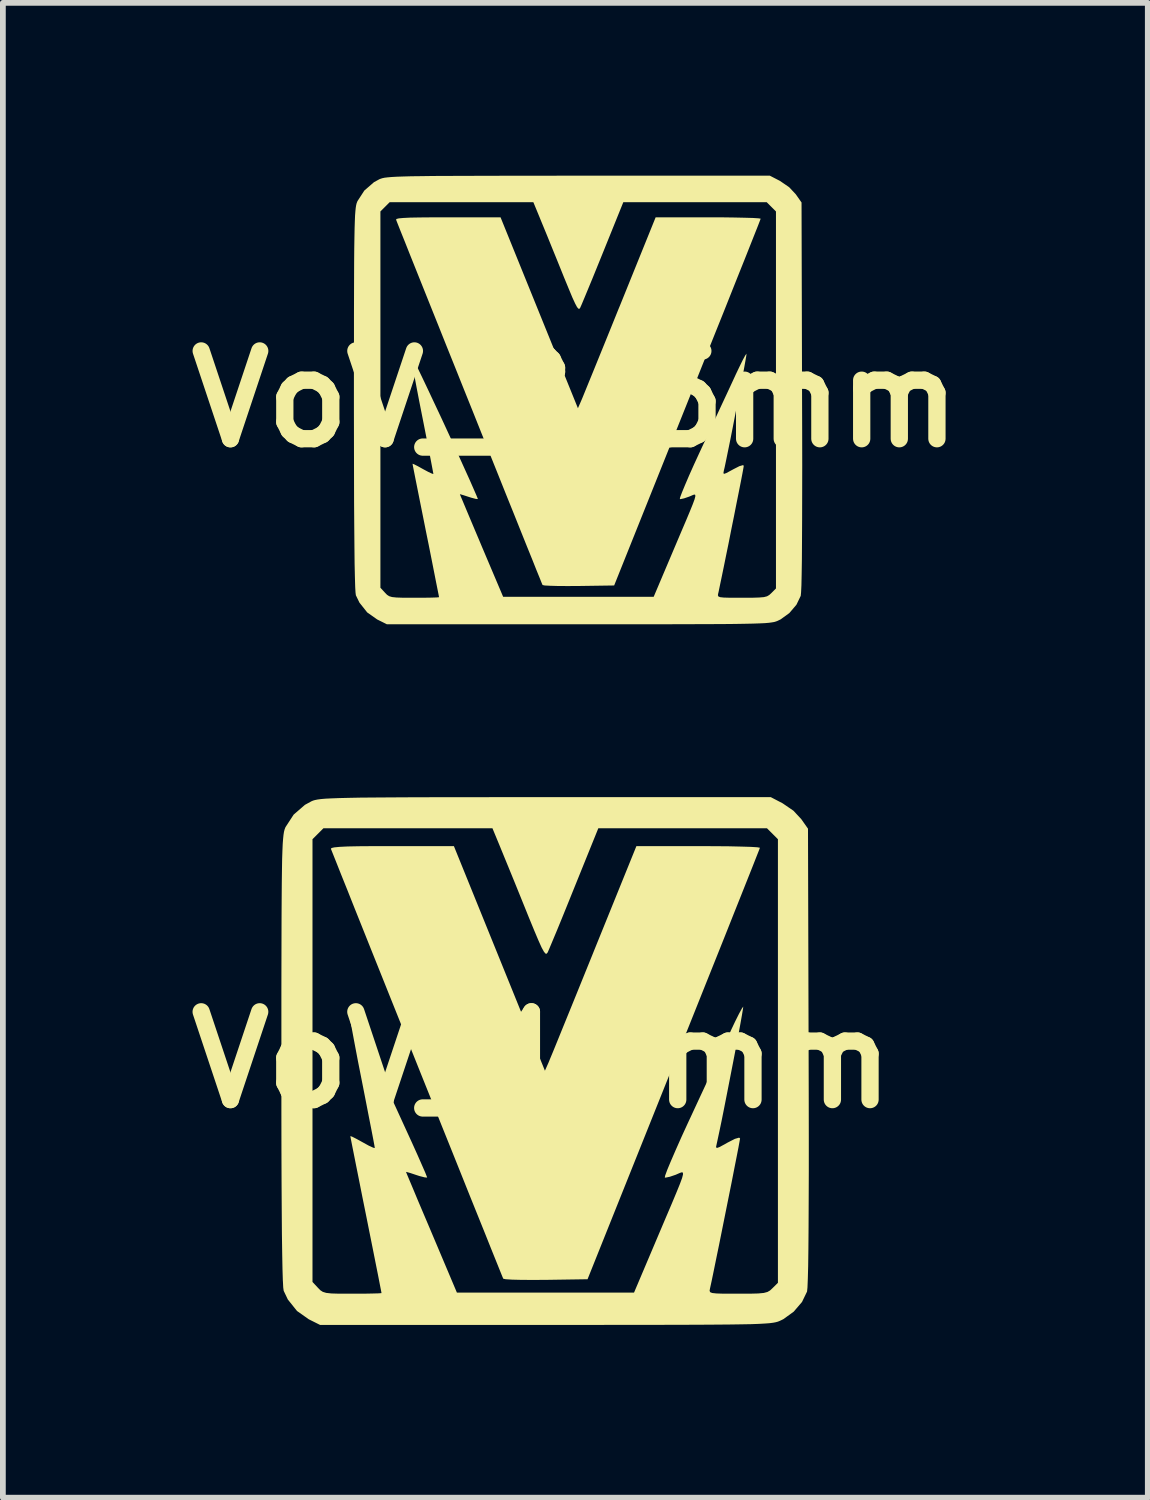
<source format=kicad_pcb>
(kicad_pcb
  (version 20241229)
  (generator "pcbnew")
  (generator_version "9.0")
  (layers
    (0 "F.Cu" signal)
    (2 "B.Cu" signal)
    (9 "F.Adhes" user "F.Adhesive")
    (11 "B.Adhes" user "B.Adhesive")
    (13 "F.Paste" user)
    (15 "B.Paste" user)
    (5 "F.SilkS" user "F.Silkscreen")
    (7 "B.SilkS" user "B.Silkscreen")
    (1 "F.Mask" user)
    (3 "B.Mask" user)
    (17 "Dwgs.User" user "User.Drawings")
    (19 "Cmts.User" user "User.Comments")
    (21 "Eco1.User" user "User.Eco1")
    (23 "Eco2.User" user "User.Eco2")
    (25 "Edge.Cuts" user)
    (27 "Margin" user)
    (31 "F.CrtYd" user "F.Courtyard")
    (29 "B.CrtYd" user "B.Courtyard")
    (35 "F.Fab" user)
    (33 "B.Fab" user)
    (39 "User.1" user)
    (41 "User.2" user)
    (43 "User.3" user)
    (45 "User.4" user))
  (footprint "VoV_10mm"
    (layer "F.Cu")
    (at 6.357 15.35)
    (property "Reference" "VoV_10mm" (at 0 0 0) (layer "F.SilkS") (effects (font (size 1.524 1.524) (thickness 0.3))))
    (attr board_only exclude_from_pos_files exclude_from_bom)
    (fp_poly (pts (xy 2.994 -3.71) (xy 3.245 -3.708) (xy 3.46 -3.703) (xy 3.628 -3.698) (xy 3.74 -3.691) (xy 3.785 -3.683) (xy 3.785 -3.682) (xy 3.771 -3.643) (xy 3.729 -3.537) (xy 3.663 -3.369) (xy 3.573 -3.143) (xy 3.462 -2.864) (xy 3.332 -2.538) (xy 3.185 -2.168) (xy 3.022 -1.76) (xy 2.845 -1.318) (xy 2.657 -0.847) (xy 2.459 -0.352) (xy 2.287 0.077) (xy 0.793 3.808) (xy 0.07 3.819) (xy -0.158 3.82) (xy -0.358 3.819) (xy -0.519 3.815) (xy -0.627 3.808) (xy -0.67 3.799) (xy -0.67 3.799) (xy -0.686 3.762) (xy -0.728 3.658) (xy -0.794 3.494) (xy -0.882 3.276) (xy -0.989 3.008) (xy -1.114 2.698) (xy -1.254 2.351) (xy -1.406 1.971) (xy -1.568 1.567) (xy -1.739 1.142) (xy -1.915 0.702) (xy -2.095 0.254) (xy -2.275 -0.196) (xy -2.455 -0.644) (xy -2.631 -1.083) (xy -2.801 -1.508) (xy -2.963 -1.912) (xy -3.114 -2.29) (xy -3.253 -2.637) (xy -3.376 -2.947) (xy -3.483 -3.213) (xy -3.569 -3.43) (xy -3.634 -3.593) (xy -3.662 -3.663) (xy -3.652 -3.678) (xy -3.605 -3.689) (xy -3.515 -3.698) (xy -3.374 -3.705) (xy -3.175 -3.709) (xy -2.913 -3.711) (xy -2.604 -3.711) (xy -1.527 -3.711) (xy -0.737 -1.762) (xy 0.053 0.188) (xy 0.116 0.046) (xy 0.142 -0.018) (xy 0.195 -0.145) (xy 0.27 -0.329) (xy 0.365 -0.563) (xy 0.477 -0.838) (xy 0.603 -1.148) (xy 0.739 -1.484) (xy 0.883 -1.839) (xy 0.909 -1.904) (xy 1.641 -3.711) (xy 2.715 -3.711)) (stroke (width 0) (type solid)) (fill yes) (layer "F.SilkS"))
    (fp_poly (pts (xy 4.18 -4.454) (xy 4.367 -4.326) (xy 4.503 -4.18) (xy 4.62 -4.014) (xy 4.631 -0.064) (xy 4.633 0.676) (xy 4.634 1.343) (xy 4.634 1.938) (xy 4.632 2.46) (xy 4.63 2.908) (xy 4.627 3.281) (xy 4.623 3.579) (xy 4.617 3.802) (xy 4.611 3.949) (xy 4.604 4.019) (xy 4.604 4.021) (xy 4.516 4.203) (xy 4.372 4.371) (xy 4.194 4.5) (xy 4.158 4.518) (xy 4.128 4.532) (xy 4.098 4.544) (xy 4.062 4.554) (xy 4.015 4.563) (xy 3.953 4.571) (xy 3.871 4.577) (xy 3.765 4.583) (xy 3.629 4.588) (xy 3.46 4.591) (xy 3.253 4.594) (xy 3.002 4.596) (xy 2.704 4.598) (xy 2.354 4.599) (xy 1.947 4.6) (xy 1.479 4.6) (xy 0.944 4.601) (xy 0.338 4.601) (xy 0.066 4.601) (xy -3.851 4.601) (xy -4.047 4.503) (xy -4.251 4.359) (xy -4.41 4.16) (xy -4.482 4.009) (xy -4.49 3.952) (xy -4.495 3.855) (xy -3.982 3.855) (xy -3.887 3.957) (xy -3.846 3.999) (xy -3.803 4.027) (xy -3.744 4.045) (xy -3.653 4.055) (xy -3.517 4.059) (xy -3.321 4.059) (xy -3.288 4.059) (xy -3.101 4.059) (xy -2.945 4.056) (xy -2.835 4.053) (xy -2.785 4.049) (xy -2.784 4.048) (xy -2.791 4.009) (xy -2.812 3.903) (xy -2.844 3.738) (xy -2.887 3.523) (xy -2.938 3.266) (xy -2.996 2.977) (xy -3.054 2.687) (xy -3.117 2.375) (xy -3.174 2.087) (xy -3.225 1.833) (xy -3.267 1.621) (xy -3.299 1.46) (xy -3.319 1.357) (xy -3.325 1.323) (xy -3.294 1.333) (xy -3.215 1.373) (xy -3.112 1.43) (xy -3.003 1.49) (xy -2.926 1.525) (xy -2.9 1.53) (xy -2.907 1.488) (xy -2.927 1.38) (xy -2.959 1.214) (xy -3.001 1) (xy -3.05 0.748) (xy -3.105 0.467) (xy -3.133 0.325) (xy -3.191 0.032) (xy -3.242 -0.236) (xy -3.286 -0.471) (xy -3.321 -0.662) (xy -3.345 -0.802) (xy -3.355 -0.879) (xy -3.356 -0.891) (xy -3.338 -0.864) (xy -3.291 -0.774) (xy -3.218 -0.628) (xy -3.124 -0.433) (xy -3.011 -0.195) (xy -2.882 0.077) (xy -2.742 0.378) (xy -2.661 0.552) (xy -2.516 0.867) (xy -2.382 1.16) (xy -2.262 1.422) (xy -2.16 1.648) (xy -2.08 1.83) (xy -2.023 1.96) (xy -1.995 2.032) (xy -1.992 2.043) (xy -2.033 2.04) (xy -2.123 2.017) (xy -2.182 1.998) (xy -2.284 1.964) (xy -2.348 1.946) (xy -2.358 1.945) (xy -2.344 1.981) (xy -2.303 2.079) (xy -2.239 2.231) (xy -2.157 2.428) (xy -2.059 2.659) (xy -1.949 2.918) (xy -1.916 2.996) (xy -1.475 4.04) (xy 1.6 4.04) (xy 2.018 3.054) (xy 2.152 2.738) (xy 2.259 2.487) (xy 2.34 2.293) (xy 2.398 2.15) (xy 2.434 2.052) (xy 2.45 1.99) (xy 2.449 1.959) (xy 2.432 1.951) (xy 2.402 1.96) (xy 2.36 1.978) (xy 2.324 1.994) (xy 2.221 2.029) (xy 2.148 2.044) (xy 2.134 2.043) (xy 2.141 2.006) (xy 2.177 1.908) (xy 2.24 1.757) (xy 2.324 1.563) (xy 2.426 1.333) (xy 2.543 1.078) (xy 2.587 0.984) (xy 2.722 0.693) (xy 2.858 0.401) (xy 2.988 0.122) (xy 3.105 -0.13) (xy 3.202 -0.34) (xy 3.275 -0.495) (xy 3.277 -0.501) (xy 3.355 -0.666) (xy 3.422 -0.8) (xy 3.471 -0.89) (xy 3.495 -0.924) (xy 3.496 -0.924) (xy 3.491 -0.885) (xy 3.474 -0.781) (xy 3.446 -0.624) (xy 3.409 -0.423) (xy 3.365 -0.191) (xy 3.316 0.062) (xy 3.265 0.324) (xy 3.214 0.585) (xy 3.165 0.834) (xy 3.12 1.059) (xy 3.08 1.25) (xy 3.049 1.395) (xy 3.034 1.464) (xy 3.024 1.512) (xy 3.036 1.53) (xy 3.082 1.514) (xy 3.177 1.463) (xy 3.226 1.435) (xy 3.351 1.371) (xy 3.424 1.35) (xy 3.441 1.363) (xy 3.433 1.408) (xy 3.413 1.519) (xy 3.381 1.683) (xy 3.34 1.891) (xy 3.293 2.132) (xy 3.24 2.395) (xy 3.185 2.669) (xy 3.13 2.943) (xy 3.077 3.207) (xy 3.027 3.45) (xy 2.984 3.661) (xy 2.949 3.83) (xy 2.924 3.945) (xy 2.918 3.972) (xy 2.912 4.008) (xy 2.921 4.032) (xy 2.957 4.047) (xy 3.032 4.055) (xy 3.158 4.059) (xy 3.346 4.059) (xy 3.403 4.059) (xy 3.61 4.059) (xy 3.755 4.055) (xy 3.852 4.046) (xy 3.916 4.029) (xy 3.961 4.003) (xy 4.003 3.964) (xy 4.098 3.87) (xy 4.098 -3.831) (xy 3.908 -4.021) (xy 0.98 -4.021) (xy 0.562 -2.987) (xy 0.453 -2.717) (xy 0.352 -2.468) (xy 0.262 -2.248) (xy 0.187 -2.069) (xy 0.133 -1.94) (xy 0.103 -1.87) (xy 0.1 -1.865) (xy 0.083 -1.843) (xy 0.063 -1.845) (xy 0.035 -1.879) (xy -0.005 -1.952) (xy -0.059 -2.072) (xy -0.133 -2.247) (xy -0.23 -2.483) (xy -0.269 -2.58) (xy -0.373 -2.837) (xy -0.476 -3.091) (xy -0.572 -3.326) (xy -0.654 -3.526) (xy -0.715 -3.675) (xy -0.726 -3.702) (xy -0.858 -4.021) (xy -3.792 -4.021) (xy -3.982 -3.831) (xy -3.982 3.855) (xy -4.495 3.855) (xy -4.497 3.825) (xy -4.503 3.628) (xy -4.508 3.359) (xy -4.513 3.017) (xy -4.516 2.602) (xy -4.519 2.113) (xy -4.521 1.549) (xy -4.522 0.909) (xy -4.522 0.193) (xy -4.522 0.007) (xy -4.522 -0.629) (xy -4.522 -1.192) (xy -4.521 -1.687) (xy -4.52 -2.118) (xy -4.519 -2.491) (xy -4.517 -2.809) (xy -4.515 -3.078) (xy -4.512 -3.302) (xy -4.509 -3.486) (xy -4.504 -3.633) (xy -4.499 -3.75) (xy -4.492 -3.84) (xy -4.485 -3.908) (xy -4.477 -3.959) (xy -4.467 -3.998) (xy -4.456 -4.028) (xy -4.451 -4.04) (xy -4.309 -4.258) (xy -4.113 -4.428) (xy -4.001 -4.489) (xy -3.973 -4.501) (xy -3.939 -4.511) (xy -3.894 -4.52) (xy -3.835 -4.528) (xy -3.755 -4.535) (xy -3.651 -4.54) (xy -3.518 -4.545) (xy -3.351 -4.549) (xy -3.146 -4.553) (xy -2.898 -4.555) (xy -2.603 -4.557) (xy -2.256 -4.559) (xy -1.852 -4.56) (xy -1.387 -4.56) (xy -0.856 -4.561) (xy -0.254 -4.561) (xy 0.063 -4.561) (xy 3.973 -4.562)) (stroke (width 0) (type solid)) (fill yes) (layer "F.SilkS")))
  (footprint "VoV_8_5mm"
    (layer "F.Cu")
    (at 6.938 3.877)
    (property "Reference" "VoV_8_5mm" (at 0 0 0) (layer "F.SilkS") (effects (font (size 1.524 1.524) (thickness 0.3))))
    (attr board_only exclude_from_pos_files exclude_from_bom)
    (fp_poly (pts (xy 2.544 -3.154) (xy 2.758 -3.151) (xy 2.941 -3.147) (xy 3.084 -3.143) (xy 3.178 -3.137) (xy 3.217 -3.131) (xy 3.217 -3.13) (xy 3.205 -3.097) (xy 3.17 -3.006) (xy 3.113 -2.863) (xy 3.037 -2.671) (xy 2.943 -2.434) (xy 2.832 -2.157) (xy 2.707 -1.843) (xy 2.569 -1.496) (xy 2.418 -1.12) (xy 2.258 -0.72) (xy 2.09 -0.299) (xy 1.944 0.066) (xy 0.674 3.237) (xy 0.06 3.246) (xy -0.134 3.247) (xy -0.304 3.246) (xy -0.441 3.242) (xy -0.533 3.237) (xy -0.569 3.229) (xy -0.569 3.229) (xy -0.583 3.197) (xy -0.618 3.109) (xy -0.675 2.97) (xy -0.749 2.784) (xy -0.841 2.557) (xy -0.947 2.293) (xy -1.065 1.998) (xy -1.195 1.676) (xy -1.333 1.331) (xy -1.478 0.97) (xy -1.628 0.597) (xy -1.78 0.216) (xy -1.934 -0.167) (xy -2.086 -0.547) (xy -2.236 -0.92) (xy -2.38 -1.281) (xy -2.518 -1.625) (xy -2.647 -1.947) (xy -2.765 -2.242) (xy -2.87 -2.504) (xy -2.96 -2.731) (xy -3.034 -2.915) (xy -3.089 -3.054) (xy -3.112 -3.113) (xy -3.104 -3.126) (xy -3.064 -3.136) (xy -2.987 -3.143) (xy -2.868 -3.149) (xy -2.699 -3.152) (xy -2.476 -3.154) (xy -2.213 -3.154) (xy -1.298 -3.154) (xy 0.045 0.16) (xy 0.098 0.039) (xy 0.121 -0.015) (xy 0.165 -0.123) (xy 0.229 -0.28) (xy 0.31 -0.478) (xy 0.405 -0.712) (xy 0.512 -0.975) (xy 0.628 -1.261) (xy 0.75 -1.563) (xy 0.773 -1.618) (xy 1.394 -3.154) (xy 2.307 -3.154)) (stroke (width 0) (type solid)) (fill yes) (layer "F.SilkS"))
    (fp_poly (pts (xy 3.553 -3.786) (xy 3.712 -3.677) (xy 3.828 -3.553) (xy 3.927 -3.412) (xy 3.936 -0.055) (xy 3.938 0.574) (xy 3.939 1.142) (xy 3.938 1.647) (xy 3.937 2.091) (xy 3.935 2.471) (xy 3.933 2.789) (xy 3.929 3.042) (xy 3.925 3.232) (xy 3.919 3.356) (xy 3.913 3.416) (xy 3.913 3.417) (xy 3.838 3.572) (xy 3.716 3.715) (xy 3.565 3.825) (xy 3.534 3.84) (xy 3.509 3.852) (xy 3.483 3.862) (xy 3.452 3.871) (xy 3.412 3.878) (xy 3.36 3.885) (xy 3.29 3.891) (xy 3.2 3.895) (xy 3.085 3.899) (xy 2.941 3.902) (xy 2.765 3.905) (xy 2.552 3.907) (xy 2.299 3.908) (xy 2.001 3.909) (xy 1.655 3.91) (xy 1.257 3.91) (xy 0.802 3.91) (xy 0.288 3.91) (xy 0.056 3.91) (xy -3.273 3.91) (xy -3.44 3.827) (xy -3.613 3.705) (xy -3.748 3.535) (xy -3.81 3.407) (xy -3.816 3.359) (xy -3.821 3.276) (xy -3.384 3.276) (xy -3.304 3.363) (xy -3.269 3.399) (xy -3.232 3.423) (xy -3.182 3.438) (xy -3.105 3.446) (xy -2.99 3.45) (xy -2.822 3.45) (xy -2.795 3.45) (xy -2.635 3.45) (xy -2.503 3.448) (xy -2.409 3.445) (xy -2.367 3.441) (xy -2.366 3.441) (xy -2.372 3.407) (xy -2.39 3.317) (xy -2.418 3.177) (xy -2.454 2.994) (xy -2.497 2.776) (xy -2.546 2.53) (xy -2.596 2.284) (xy -2.649 2.018) (xy -2.698 1.774) (xy -2.741 1.558) (xy -2.777 1.378) (xy -2.804 1.241) (xy -2.821 1.154) (xy -2.826 1.124) (xy -2.8 1.133) (xy -2.733 1.167) (xy -2.645 1.216) (xy -2.552 1.266) (xy -2.487 1.296) (xy -2.464 1.301) (xy -2.471 1.265) (xy -2.488 1.173) (xy -2.515 1.032) (xy -2.55 0.85) (xy -2.592 0.636) (xy -2.639 0.397) (xy -2.663 0.276) (xy -2.712 0.028) (xy -2.756 -0.201) (xy -2.793 -0.4) (xy -2.823 -0.563) (xy -2.843 -0.681) (xy -2.852 -0.747) (xy -2.852 -0.757) (xy -2.837 -0.735) (xy -2.797 -0.658) (xy -2.735 -0.534) (xy -2.655 -0.368) (xy -2.559 -0.166) (xy -2.45 0.066) (xy -2.33 0.321) (xy -2.261 0.47) (xy -2.138 0.737) (xy -2.024 0.986) (xy -1.923 1.209) (xy -1.836 1.401) (xy -1.768 1.556) (xy -1.72 1.666) (xy -1.695 1.727) (xy -1.693 1.737) (xy -1.728 1.734) (xy -1.804 1.714) (xy -1.855 1.698) (xy -1.941 1.67) (xy -1.995 1.654) (xy -2.004 1.653) (xy -1.992 1.684) (xy -1.957 1.767) (xy -1.903 1.896) (xy -1.833 2.063) (xy -1.75 2.26) (xy -1.657 2.48) (xy -1.629 2.547) (xy -1.253 3.434) (xy 1.36 3.434) (xy 1.715 2.596) (xy 1.829 2.327) (xy 1.92 2.114) (xy 1.989 1.949) (xy 2.038 1.828) (xy 2.069 1.744) (xy 2.083 1.691) (xy 2.082 1.665) (xy 2.067 1.658) (xy 2.042 1.666) (xy 2.006 1.682) (xy 1.975 1.695) (xy 1.887 1.725) (xy 1.825 1.738) (xy 1.814 1.736) (xy 1.82 1.705) (xy 1.851 1.622) (xy 1.904 1.494) (xy 1.975 1.328) (xy 2.062 1.133) (xy 2.162 0.916) (xy 2.199 0.836) (xy 2.314 0.589) (xy 2.429 0.341) (xy 2.539 0.104) (xy 2.639 -0.11) (xy 2.722 -0.289) (xy 2.783 -0.421) (xy 2.785 -0.426) (xy 2.852 -0.566) (xy 2.908 -0.68) (xy 2.95 -0.757) (xy 2.97 -0.786) (xy 2.971 -0.785) (xy 2.968 -0.752) (xy 2.953 -0.664) (xy 2.929 -0.53) (xy 2.897 -0.36) (xy 2.86 -0.162) (xy 2.819 0.052) (xy 2.775 0.275) (xy 2.732 0.497) (xy 2.69 0.709) (xy 2.651 0.9) (xy 2.618 1.062) (xy 2.592 1.186) (xy 2.578 1.244) (xy 2.571 1.285) (xy 2.58 1.3) (xy 2.62 1.286) (xy 2.7 1.243) (xy 2.742 1.22) (xy 2.848 1.166) (xy 2.91 1.148) (xy 2.924 1.158) (xy 2.918 1.197) (xy 2.901 1.291) (xy 2.874 1.431) (xy 2.839 1.608) (xy 2.798 1.812) (xy 2.754 2.036) (xy 2.707 2.268) (xy 2.661 2.502) (xy 2.615 2.726) (xy 2.573 2.933) (xy 2.536 3.112) (xy 2.506 3.255) (xy 2.486 3.353) (xy 2.48 3.376) (xy 2.475 3.406) (xy 2.483 3.427) (xy 2.513 3.44) (xy 2.577 3.447) (xy 2.684 3.45) (xy 2.844 3.45) (xy 2.892 3.45) (xy 3.068 3.45) (xy 3.191 3.446) (xy 3.274 3.439) (xy 3.328 3.425) (xy 3.367 3.402) (xy 3.402 3.37) (xy 3.483 3.289) (xy 3.483 -3.256) (xy 3.402 -3.337) (xy 3.322 -3.417) (xy 0.833 -3.417) (xy 0.478 -2.538) (xy 0.385 -2.309) (xy 0.299 -2.097) (xy 0.222 -1.911) (xy 0.159 -1.759) (xy 0.113 -1.649) (xy 0.087 -1.59) (xy 0.085 -1.585) (xy 0.071 -1.566) (xy 0.053 -1.568) (xy 0.029 -1.597) (xy -0.004 -1.659) (xy -0.051 -1.761) (xy -0.113 -1.91) (xy -0.196 -2.111) (xy -0.229 -2.193) (xy -0.317 -2.411) (xy -0.405 -2.627) (xy -0.486 -2.827) (xy -0.556 -2.997) (xy -0.608 -3.123) (xy -0.617 -3.146) (xy -0.729 -3.417) (xy -3.223 -3.417) (xy -3.384 -3.256) (xy -3.384 3.276) (xy -3.821 3.276) (xy -3.822 3.251) (xy -3.827 3.083) (xy -3.832 2.855) (xy -3.835 2.564) (xy -3.838 2.211) (xy -3.841 1.796) (xy -3.842 1.316) (xy -3.843 0.773) (xy -3.844 0.164) (xy -3.844 0.006) (xy -3.844 -0.534) (xy -3.843 -1.013) (xy -3.843 -1.434) (xy -3.842 -1.8) (xy -3.841 -2.117) (xy -3.84 -2.388) (xy -3.838 -2.616) (xy -3.835 -2.807) (xy -3.832 -2.963) (xy -3.828 -3.088) (xy -3.824 -3.187) (xy -3.818 -3.264) (xy -3.812 -3.322) (xy -3.805 -3.365) (xy -3.797 -3.398) (xy -3.787 -3.423) (xy -3.783 -3.434) (xy -3.663 -3.619) (xy -3.496 -3.764) (xy -3.401 -3.816) (xy -3.377 -3.825) (xy -3.348 -3.834) (xy -3.31 -3.842) (xy -3.259 -3.848) (xy -3.191 -3.854) (xy -3.103 -3.859) (xy -2.99 -3.863) (xy -2.848 -3.867) (xy -2.674 -3.869) (xy -2.463 -3.872) (xy -2.213 -3.873) (xy -1.917 -3.874) (xy -1.574 -3.875) (xy -1.179 -3.876) (xy -0.728 -3.876) (xy -0.216 -3.877) (xy 0.054 -3.877) (xy 3.377 -3.877)) (stroke (width 0) (type solid)) (fill yes) (layer "F.SilkS")))
  (gr_rect
    (start -3 -3)
    (end 16.876 22.95)
    (stroke (width 0.1) (type default))
    (fill no)
    (layer "Edge.Cuts")))
</source>
